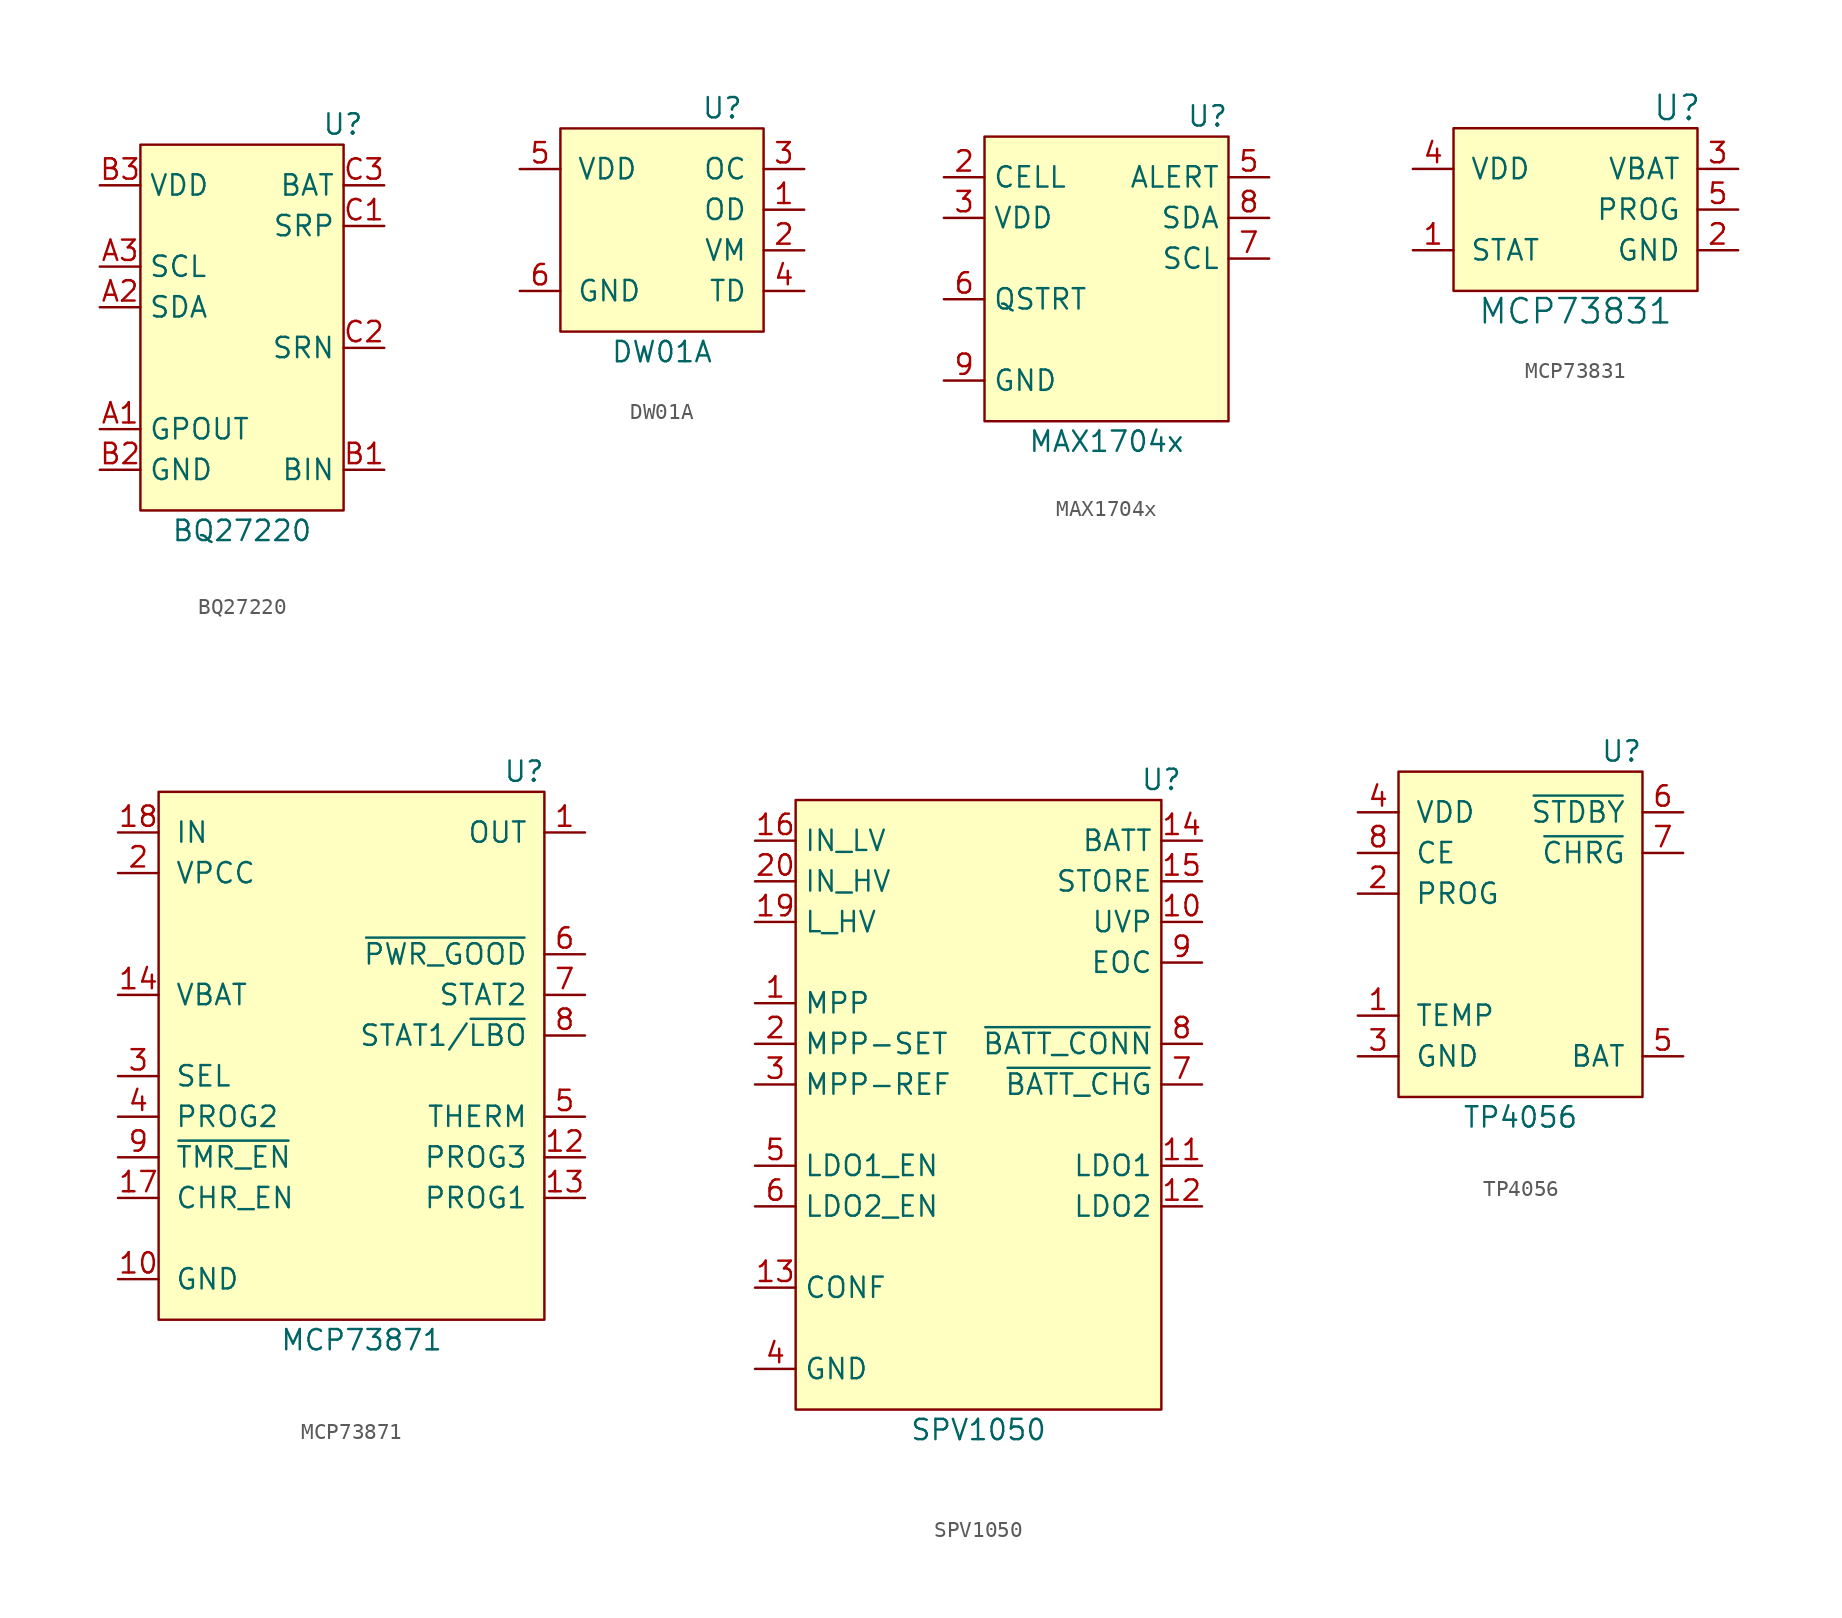
<source format=kicad_sym>
(kicad_symbol_lib
  (version 20231120)
  (generator "kicad_symbol_editor")
  (generator_version "7.99")
  (symbol "BQ27220"
    (property "Reference" "U"
      (at 7.62 11.43 0)
      (do_not_autoplace)
      (effects (font (size 1.27 1.27)) (justify right)))
    (property "Value" "BQ27220"
      (at 0 -13.97 0)
      (do_not_autoplace)
      (effects (font (size 1.27 1.27))))
    (symbol "BQ27220_0_0"
      (pin output line (at -8.89 -7.62 0) (length 2.54) (name "GPOUT" (effects (font (size 1.27 1.27)))) (number "A1" (effects (font (size 1.27 1.27)))))
      (pin bidirectional line (at -8.89 0 0) (length 2.54) (name "SDA" (effects (font (size 1.27 1.27)))) (number "A2" (effects (font (size 1.27 1.27)))))
      (pin bidirectional line (at -8.89 2.54 0) (length 2.54) (name "SCL" (effects (font (size 1.27 1.27)))) (number "A3" (effects (font (size 1.27 1.27)))))
      (pin input line (at 8.89 -10.16 180) (length 2.54) (name "BIN" (effects (font (size 1.27 1.27)))) (number "B1" (effects (font (size 1.27 1.27)))))
      (pin power_in line (at -8.89 -10.16 0) (length 2.54) (name "GND" (effects (font (size 1.27 1.27)))) (number "B2" (effects (font (size 1.27 1.27)))))
      (pin power_out line (at -8.89 7.62 0) (length 2.54) (name "VDD" (effects (font (size 1.27 1.27)))) (number "B3" (effects (font (size 1.27 1.27)))))
      (pin input line (at 8.89 5.08 180) (length 2.54) (name "SRP" (effects (font (size 1.27 1.27)))) (number "C1" (effects (font (size 1.27 1.27)))))
      (pin input line (at 8.89 -2.54 180) (length 2.54) (name "SRN" (effects (font (size 1.27 1.27)))) (number "C2" (effects (font (size 1.27 1.27)))))
      (pin power_in line (at 8.89 7.62 180) (length 2.54) (name "BAT" (effects (font (size 1.27 1.27)))) (number "C3" (effects (font (size 1.27 1.27))))))
    (symbol "BQ27220_0_1"
      (rectangle (start -6.35 10.16) (end 6.35 -12.7) (stroke (width 0) (type default)) (fill (type background)))))
  (symbol "DW01A"
    (pin_names
      (offset 1.016))
    (property "Reference" "U"
      (at 5.08 7.62 0)
      (effects (font (size 1.27 1.27)) (justify right)))
    (property "Value" "DW01A"
      (at 0 -7.62 0)
      (effects (font (size 1.27 1.27))))
    (symbol "DW01A_0_1"
      (rectangle (start -6.35 6.35) (end 6.35 -6.35) (stroke (width 0) (type default)) (fill (type background))))
    (symbol "DW01A_1_1"
      (pin output line (at 8.89 1.27 180) (length 2.54) (name "OD" (effects (font (size 1.27 1.27)))) (number "1" (effects (font (size 1.27 1.27)))))
      (pin input line (at 8.89 -1.27 180) (length 2.54) (name "VM" (effects (font (size 1.27 1.27)))) (number "2" (effects (font (size 1.27 1.27)))))
      (pin output line (at 8.89 3.81 180) (length 2.54) (name "OC" (effects (font (size 1.27 1.27)))) (number "3" (effects (font (size 1.27 1.27)))))
      (pin input line (at 8.89 -3.81 180) (length 2.54) (name "TD" (effects (font (size 1.27 1.27)))) (number "4" (effects (font (size 1.27 1.27)))))
      (pin input line (at -8.89 3.81 0) (length 2.54) (name "VDD" (effects (font (size 1.27 1.27)))) (number "5" (effects (font (size 1.27 1.27)))))
      (pin power_in line (at -8.89 -3.81 0) (length 2.54) (name "GND" (effects (font (size 1.27 1.27)))) (number "6" (effects (font (size 1.27 1.27)))))))
  (symbol "MAX1704x"
    (property "Reference" "U"
      (at 7.62 11.43 0)
      (effects (font (size 1.27 1.27)) (justify right)))
    (property "Value" "MAX1704x"
      (at 0 -8.89 0)
      (effects (font (size 1.27 1.27))))
    (symbol "MAX1704x_0_0"
      (pin passive line (at -10.16 -5.08 0) (length 2.54) hide (name "GND" (effects (font (size 1.27 1.27)))) (number "1" (effects (font (size 1.27 1.27)))))
      (pin power_in line (at -10.16 7.62 0) (length 2.54) (name "CELL" (effects (font (size 1.27 1.27)))) (number "2" (effects (font (size 1.27 1.27)))))
      (pin power_in line (at -10.16 5.08 0) (length 2.54) (name "VDD" (effects (font (size 1.27 1.27)))) (number "3" (effects (font (size 1.27 1.27)))))
      (pin passive line (at -10.16 -5.08 0) (length 2.54) hide (name "GND" (effects (font (size 1.27 1.27)))) (number "4" (effects (font (size 1.27 1.27)))))
      (pin output line (at 10.16 7.62 180) (length 2.54) (name "ALERT" (effects (font (size 1.27 1.27)))) (number "5" (effects (font (size 1.27 1.27)))))
      (pin input line (at -10.16 0 0) (length 2.54) (name "QSTRT" (effects (font (size 1.27 1.27)))) (number "6" (effects (font (size 1.27 1.27)))))
      (pin input line (at 10.16 2.54 180) (length 2.54) (name "SCL" (effects (font (size 1.27 1.27)))) (number "7" (effects (font (size 1.27 1.27)))))
      (pin bidirectional line (at 10.16 5.08 180) (length 2.54) (name "SDA" (effects (font (size 1.27 1.27)))) (number "8" (effects (font (size 1.27 1.27)))))
      (pin power_in line (at -10.16 -5.08 0) (length 2.54) (name "GND" (effects (font (size 1.27 1.27)))) (number "9" (effects (font (size 1.27 1.27))))))
    (symbol "MAX1704x_0_1"
      (rectangle (start -7.62 10.16) (end 7.62 -7.62) (stroke (width 0.152) (type default)) (fill (type background)))))
  (symbol "MCP73831"
    (pin_names
      (offset 1.016))
    (property "Reference" "U"
      (at 6.35 6.35 0)
      (effects (font (size 1.524 1.524))))
    (property "Value" "MCP73831"
      (at 0 -6.35 0)
      (effects (font (size 1.524 1.524))))
    (symbol "MCP73831_0_1"
      (rectangle (start -7.62 5.08) (end 7.62 -5.08) (stroke (width 0) (type default)) (fill (type background))))
    (symbol "MCP73831_1_1"
      (pin output line (at -10.16 -2.54 0) (length 2.54) (name "STAT" (effects (font (size 1.27 1.27)))) (number "1" (effects (font (size 1.27 1.27)))))
      (pin power_in line (at 10.16 -2.54 180) (length 2.54) (name "GND" (effects (font (size 1.27 1.27)))) (number "2" (effects (font (size 1.27 1.27)))))
      (pin power_out line (at 10.16 2.54 180) (length 2.54) (name "VBAT" (effects (font (size 1.27 1.27)))) (number "3" (effects (font (size 1.27 1.27)))))
      (pin power_in line (at -10.16 2.54 0) (length 2.54) (name "VDD" (effects (font (size 1.27 1.27)))) (number "4" (effects (font (size 1.27 1.27)))))
      (pin input line (at 10.16 0 180) (length 2.54) (name "PROG" (effects (font (size 1.27 1.27)))) (number "5" (effects (font (size 1.27 1.27)))))))
  (symbol "MCP73871"
    (pin_names
      (offset 1.016))
    (property "Reference" "U"
      (at 10.16 16.51 0)
      (effects (font (size 1.27 1.27))))
    (property "Value" "MCP73871"
      (at 0 -19.05 0)
      (effects (font (size 1.27 1.27))))
    (symbol "MCP73871_0_1"
      (rectangle (start -12.7 15.24) (end 11.43 -17.78) (stroke (width 0) (type default)) (fill (type background))))
    (symbol "MCP73871_1_1"
      (pin power_out line (at 13.97 12.7 180) (length 2.54) (name "OUT" (effects (font (size 1.27 1.27)))) (number "1" (effects (font (size 1.27 1.27)))))
      (pin power_in line (at -15.24 -15.24 0) (length 2.54) (name "GND" (effects (font (size 1.27 1.27)))) (number "10" (effects (font (size 1.27 1.27)))))
      (pin passive line (at -15.24 -15.24 0) (length 2.54) hide (name "GND" (effects (font (size 1.27 1.27)))) (number "11" (effects (font (size 1.27 1.27)))))
      (pin bidirectional line (at 13.97 -7.62 180) (length 2.54) (name "PROG3" (effects (font (size 1.27 1.27)))) (number "12" (effects (font (size 1.27 1.27)))))
      (pin bidirectional line (at 13.97 -10.16 180) (length 2.54) (name "PROG1" (effects (font (size 1.27 1.27)))) (number "13" (effects (font (size 1.27 1.27)))))
      (pin power_in line (at -15.24 2.54 0) (length 2.54) (name "VBAT" (effects (font (size 1.27 1.27)))) (number "14" (effects (font (size 1.27 1.27)))))
      (pin passive line (at -15.24 2.54 0) (length 2.54) hide (name "VBAT" (effects (font (size 1.27 1.27)))) (number "15" (effects (font (size 1.27 1.27)))))
      (pin passive line (at -15.24 2.54 0) (length 2.54) hide (name "VBAT" (effects (font (size 1.27 1.27)))) (number "16" (effects (font (size 1.27 1.27)))))
      (pin input line (at -15.24 -10.16 0) (length 2.54) (name "CHR_EN" (effects (font (size 1.27 1.27)))) (number "17" (effects (font (size 1.27 1.27)))))
      (pin power_in line (at -15.24 12.7 0) (length 2.54) (name "IN" (effects (font (size 1.27 1.27)))) (number "18" (effects (font (size 1.27 1.27)))))
      (pin passive line (at -15.24 12.7 0) (length 2.54) hide (name "IN" (effects (font (size 1.27 1.27)))) (number "19" (effects (font (size 1.27 1.27)))))
      (pin input line (at -15.24 10.16 0) (length 2.54) (name "VPCC" (effects (font (size 1.27 1.27)))) (number "2" (effects (font (size 1.27 1.27)))))
      (pin passive line (at 13.97 12.7 180) (length 2.54) hide (name "OUT" (effects (font (size 1.27 1.27)))) (number "20" (effects (font (size 1.27 1.27)))))
      (pin passive line (at -15.24 -15.24 0) (length 2.54) hide (name "GND" (effects (font (size 1.27 1.27)))) (number "21" (effects (font (size 1.27 1.27)))))
      (pin input line (at -15.24 -2.54 0) (length 2.54) (name "SEL" (effects (font (size 1.27 1.27)))) (number "3" (effects (font (size 1.27 1.27)))))
      (pin input line (at -15.24 -5.08 0) (length 2.54) (name "PROG2" (effects (font (size 1.27 1.27)))) (number "4" (effects (font (size 1.27 1.27)))))
      (pin bidirectional line (at 13.97 -5.08 180) (length 2.54) (name "THERM" (effects (font (size 1.27 1.27)))) (number "5" (effects (font (size 1.27 1.27)))))
      (pin output line (at 13.97 5.08 180) (length 2.54) (name "~{PWR_GOOD}" (effects (font (size 1.27 1.27)))) (number "6" (effects (font (size 1.27 1.27)))))
      (pin output line (at 13.97 2.54 180) (length 2.54) (name "STAT2" (effects (font (size 1.27 1.27)))) (number "7" (effects (font (size 1.27 1.27)))))
      (pin output line (at 13.97 0 180) (length 2.54) (name "STAT1/~{LBO}" (effects (font (size 1.27 1.27)))) (number "8" (effects (font (size 1.27 1.27)))))
      (pin input line (at -15.24 -7.62 0) (length 2.54) (name "~{TMR_EN}" (effects (font (size 1.27 1.27)))) (number "9" (effects (font (size 1.27 1.27)))))))
  (symbol "SPV1050"
    (property "Reference" "U"
      (at 11.43 21.59 0)
      (effects (font (size 1.27 1.27))))
    (property "Value" "SPV1050"
      (at 0 -19.05 0)
      (effects (font (size 1.27 1.27))))
    (symbol "SPV1050_0_0"
      (pin input line (at -13.97 7.62 0) (length 2.54) (name "MPP" (effects (font (size 1.27 1.27)))) (number "1" (effects (font (size 1.27 1.27)))))
      (pin input line (at 13.97 12.7 180) (length 2.54) (name "UVP" (effects (font (size 1.27 1.27)))) (number "10" (effects (font (size 1.27 1.27)))))
      (pin power_out line (at 13.97 -2.54 180) (length 2.54) (name "LDO1" (effects (font (size 1.27 1.27)))) (number "11" (effects (font (size 1.27 1.27)))))
      (pin power_in line (at 13.97 -5.08 180) (length 2.54) (name "LDO2" (effects (font (size 1.27 1.27)))) (number "12" (effects (font (size 1.27 1.27)))))
      (pin input line (at -13.97 -10.16 0) (length 2.54) (name "CONF" (effects (font (size 1.27 1.27)))) (number "13" (effects (font (size 1.27 1.27)))))
      (pin bidirectional line (at 13.97 17.78 180) (length 2.54) (name "BATT" (effects (font (size 1.27 1.27)))) (number "14" (effects (font (size 1.27 1.27)))))
      (pin bidirectional line (at 13.97 15.24 180) (length 2.54) (name "STORE" (effects (font (size 1.27 1.27)))) (number "15" (effects (font (size 1.27 1.27)))))
      (pin input line (at -13.97 17.78 0) (length 2.54) (name "IN_LV" (effects (font (size 1.27 1.27)))) (number "16" (effects (font (size 1.27 1.27)))))
      (pin no_connect line (at 2.54 -12.7 0) (length 2.54) hide (name "NC" (effects (font (size 1.27 1.27)))) (number "17" (effects (font (size 1.27 1.27)))))
      (pin passive line (at -13.97 -15.24 0) (length 2.54) hide (name "GND" (effects (font (size 1.27 1.27)))) (number "18" (effects (font (size 1.27 1.27)))))
      (pin input line (at -13.97 12.7 0) (length 2.54) (name "L_HV" (effects (font (size 1.27 1.27)))) (number "19" (effects (font (size 1.27 1.27)))))
      (pin input line (at -13.97 5.08 0) (length 2.54) (name "MPP-SET" (effects (font (size 1.27 1.27)))) (number "2" (effects (font (size 1.27 1.27)))))
      (pin input line (at -13.97 15.24 0) (length 2.54) (name "IN_HV" (effects (font (size 1.27 1.27)))) (number "20" (effects (font (size 1.27 1.27)))))
      (pin input line (at -13.97 2.54 0) (length 2.54) (name "MPP-REF" (effects (font (size 1.27 1.27)))) (number "3" (effects (font (size 1.27 1.27)))))
      (pin power_in line (at -13.97 -15.24 0) (length 2.54) (name "GND" (effects (font (size 1.27 1.27)))) (number "4" (effects (font (size 1.27 1.27)))))
      (pin input line (at -13.97 -2.54 0) (length 2.54) (name "LDO1_EN" (effects (font (size 1.27 1.27)))) (number "5" (effects (font (size 1.27 1.27)))))
      (pin input line (at -13.97 -5.08 0) (length 2.54) (name "LDO2_EN" (effects (font (size 1.27 1.27)))) (number "6" (effects (font (size 1.27 1.27)))))
      (pin output line (at 13.97 2.54 180) (length 2.54) (name "~{BATT_CHG}" (effects (font (size 1.27 1.27)))) (number "7" (effects (font (size 1.27 1.27)))))
      (pin output line (at 13.97 5.08 180) (length 2.54) (name "~{BATT_CONN}" (effects (font (size 1.27 1.27)))) (number "8" (effects (font (size 1.27 1.27)))))
      (pin input line (at 13.97 10.16 180) (length 2.54) (name "EOC" (effects (font (size 1.27 1.27)))) (number "9" (effects (font (size 1.27 1.27))))))
    (symbol "SPV1050_1_1"
      (rectangle (start -11.43 20.32) (end 11.43 -17.78) (stroke (width 0) (type default)) (fill (type background)))))
  (symbol "TP4056"
    (pin_names
      (offset 1.016))
    (property "Reference" "U"
      (at 7.62 12.7 0)
      (effects (font (size 1.27 1.27)) (justify right)))
    (property "Value" "TP4056"
      (at 0 -10.16 0)
      (effects (font (size 1.27 1.27))))
    (symbol "TP4056_0_1"
      (rectangle (start -7.62 11.43) (end 7.62 -8.89) (stroke (width 0) (type default)) (fill (type background))))
    (symbol "TP4056_1_1"
      (pin input line (at -10.16 -3.81 0) (length 2.54) (name "TEMP" (effects (font (size 1.27 1.27)))) (number "1" (effects (font (size 1.27 1.27)))))
      (pin input line (at -10.16 3.81 0) (length 2.54) (name "PROG" (effects (font (size 1.27 1.27)))) (number "2" (effects (font (size 1.27 1.27)))))
      (pin power_in line (at -10.16 -6.35 0) (length 2.54) (name "GND" (effects (font (size 1.27 1.27)))) (number "3" (effects (font (size 1.27 1.27)))))
      (pin input line (at -10.16 8.89 0) (length 2.54) (name "VDD" (effects (font (size 1.27 1.27)))) (number "4" (effects (font (size 1.27 1.27)))))
      (pin power_out line (at 10.16 -6.35 180) (length 2.54) (name "BAT" (effects (font (size 1.27 1.27)))) (number "5" (effects (font (size 1.27 1.27)))))
      (pin output line (at 10.16 8.89 180) (length 2.54) (name "~{STDBY}" (effects (font (size 1.27 1.27)))) (number "6" (effects (font (size 1.27 1.27)))))
      (pin output line (at 10.16 6.35 180) (length 2.54) (name "~{CHRG}" (effects (font (size 1.27 1.27)))) (number "7" (effects (font (size 1.27 1.27)))))
      (pin input line (at -10.16 6.35 0) (length 2.54) (name "CE" (effects (font (size 1.27 1.27)))) (number "8" (effects (font (size 1.27 1.27)))))
      (pin passive line (at -10.16 -6.35 0) (length 2.54) hide (name "GND" (effects (font (size 1.27 1.27)))) (number "9" (effects (font (size 1.27 1.27))))))))
</source>
